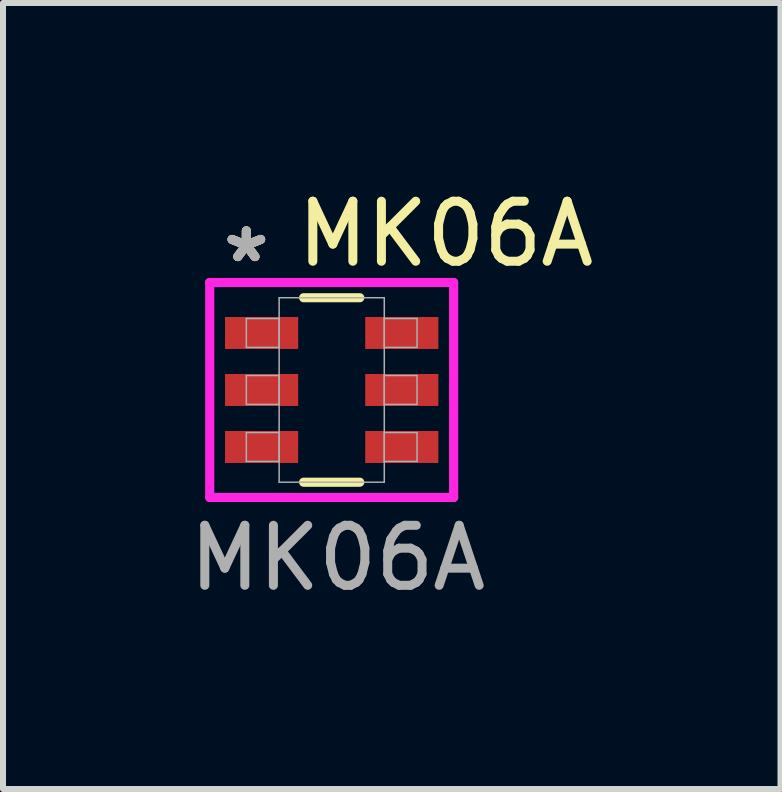
<source format=kicad_pcb>
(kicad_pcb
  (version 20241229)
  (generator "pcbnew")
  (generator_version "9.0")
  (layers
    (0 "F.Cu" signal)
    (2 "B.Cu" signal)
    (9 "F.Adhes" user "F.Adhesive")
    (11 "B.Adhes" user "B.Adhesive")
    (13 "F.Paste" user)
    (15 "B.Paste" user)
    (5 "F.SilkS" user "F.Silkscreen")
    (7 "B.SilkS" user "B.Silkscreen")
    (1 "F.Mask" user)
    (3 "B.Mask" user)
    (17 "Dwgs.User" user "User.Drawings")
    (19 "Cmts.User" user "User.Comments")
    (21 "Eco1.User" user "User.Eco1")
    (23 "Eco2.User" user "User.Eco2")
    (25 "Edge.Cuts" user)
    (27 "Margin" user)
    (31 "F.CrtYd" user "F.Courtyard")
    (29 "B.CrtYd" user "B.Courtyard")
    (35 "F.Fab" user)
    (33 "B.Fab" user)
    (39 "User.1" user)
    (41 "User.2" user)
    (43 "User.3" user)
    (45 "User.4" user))
  (footprint "MK06A"
    (layer "F.Cu")
    (at 2.477 3.448)
    (property "Reference" "MK06A" (at 1.9 -2.6 0) (unlocked yes) (layer "F.SilkS") (effects (font (size 1 1) (thickness 0.15))))
    (attr smd)
    (fp_line (start -0.468 1.537) (end 0.468 1.537) (stroke (width 0.152) (type solid)) (layer "F.SilkS"))
    (fp_line (start 0.468 -1.537) (end -0.468 -1.537) (stroke (width 0.152) (type solid)) (layer "F.SilkS"))
    (fp_line (start -2.032 -1.791) (end 2.032 -1.791) (stroke (width 0.152) (type solid)) (layer "F.CrtYd"))
    (fp_line (start -2.032 1.791) (end -2.032 -1.791) (stroke (width 0.152) (type solid)) (layer "F.CrtYd"))
    (fp_line (start 2.032 -1.791) (end 2.032 1.791) (stroke (width 0.152) (type solid)) (layer "F.CrtYd"))
    (fp_line (start 2.032 1.791) (end -2.032 1.791) (stroke (width 0.152) (type solid)) (layer "F.CrtYd"))
    (fp_line (start -1.422 -1.191) (end -1.422 -0.709) (stroke (width 0.025) (type solid)) (layer "F.Fab"))
    (fp_line (start -1.422 -0.709) (end -0.876 -0.709) (stroke (width 0.025) (type solid)) (layer "F.Fab"))
    (fp_line (start -1.422 -0.241) (end -1.422 0.241) (stroke (width 0.025) (type solid)) (layer "F.Fab"))
    (fp_line (start -1.422 0.241) (end -0.876 0.241) (stroke (width 0.025) (type solid)) (layer "F.Fab"))
    (fp_line (start -1.422 0.709) (end -1.422 1.191) (stroke (width 0.025) (type solid)) (layer "F.Fab"))
    (fp_line (start -1.422 1.191) (end -0.876 1.191) (stroke (width 0.025) (type solid)) (layer "F.Fab"))
    (fp_line (start -0.876 -1.537) (end -0.876 1.537) (stroke (width 0.025) (type solid)) (layer "F.Fab"))
    (fp_line (start -0.876 -1.191) (end -1.422 -1.191) (stroke (width 0.025) (type solid)) (layer "F.Fab"))
    (fp_line (start -0.876 -0.709) (end -0.876 -1.191) (stroke (width 0.025) (type solid)) (layer "F.Fab"))
    (fp_line (start -0.876 -0.241) (end -1.422 -0.241) (stroke (width 0.025) (type solid)) (layer "F.Fab"))
    (fp_line (start -0.876 0.241) (end -0.876 -0.241) (stroke (width 0.025) (type solid)) (layer "F.Fab"))
    (fp_line (start -0.876 0.709) (end -1.422 0.709) (stroke (width 0.025) (type solid)) (layer "F.Fab"))
    (fp_line (start -0.876 1.191) (end -0.876 0.709) (stroke (width 0.025) (type solid)) (layer "F.Fab"))
    (fp_line (start -0.876 1.537) (end 0.876 1.537) (stroke (width 0.025) (type solid)) (layer "F.Fab"))
    (fp_line (start 0.876 -1.537) (end -0.876 -1.537) (stroke (width 0.025) (type solid)) (layer "F.Fab"))
    (fp_line (start 0.876 -1.191) (end 0.876 -0.709) (stroke (width 0.025) (type solid)) (layer "F.Fab"))
    (fp_line (start 0.876 -0.709) (end 1.422 -0.709) (stroke (width 0.025) (type solid)) (layer "F.Fab"))
    (fp_line (start 0.876 -0.241) (end 0.876 0.241) (stroke (width 0.025) (type solid)) (layer "F.Fab"))
    (fp_line (start 0.876 0.241) (end 1.422 0.241) (stroke (width 0.025) (type solid)) (layer "F.Fab"))
    (fp_line (start 0.876 0.709) (end 0.876 1.191) (stroke (width 0.025) (type solid)) (layer "F.Fab"))
    (fp_line (start 0.876 1.191) (end 1.422 1.191) (stroke (width 0.025) (type solid)) (layer "F.Fab"))
    (fp_line (start 0.876 1.537) (end 0.876 -1.537) (stroke (width 0.025) (type solid)) (layer "F.Fab"))
    (fp_line (start 1.422 -1.191) (end 0.876 -1.191) (stroke (width 0.025) (type solid)) (layer "F.Fab"))
    (fp_line (start 1.422 -0.709) (end 1.422 -1.191) (stroke (width 0.025) (type solid)) (layer "F.Fab"))
    (fp_line (start 1.422 -0.241) (end 0.876 -0.241) (stroke (width 0.025) (type solid)) (layer "F.Fab"))
    (fp_line (start 1.422 0.241) (end 1.422 -0.241) (stroke (width 0.025) (type solid)) (layer "F.Fab"))
    (fp_line (start 1.422 0.709) (end 0.876 0.709) (stroke (width 0.025) (type solid)) (layer "F.Fab"))
    (fp_line (start 1.422 1.191) (end 1.422 0.709) (stroke (width 0.025) (type solid)) (layer "F.Fab"))
    (fp_text user "*" (at -1.422 -2.106 0) (layer "F.SilkS") (effects (font (size 1 1) (thickness 0.15))))
    (fp_text user "*" (at -1.422 -2.106 0) (unlocked yes) (layer "F.SilkS") (effects (font (size 1 1) (thickness 0.15))))
    (fp_text user "*" (at -1.422 -2.106 0) (unlocked yes) (layer "F.Fab") (effects (font (size 1 1) (thickness 0.15))))
    (fp_text user "*" (at -1.422 -2.106 0) (layer "F.Fab") (effects (font (size 1 1) (thickness 0.15))))
    (fp_text user "${REFERENCE}" (at 0.1 2.8 0) (unlocked yes) (layer "F.Fab") (effects (font (size 1 1) (thickness 0.15))))
    (pad "1" smd rect (at -1.168 -0.95) (size 1.219 0.533) (layers "F.Cu" "F.Mask" "F.Paste"))
    (pad "2" smd rect (at -1.168 0) (size 1.219 0.533) (layers "F.Cu" "F.Mask" "F.Paste"))
    (pad "3" smd rect (at -1.168 0.95) (size 1.219 0.533) (layers "F.Cu" "F.Mask" "F.Paste"))
    (pad "4" smd rect (at 1.168 0.95) (size 1.219 0.533) (layers "F.Cu" "F.Mask" "F.Paste"))
    (pad "5" smd rect (at 1.168 0) (size 1.219 0.533) (layers "F.Cu" "F.Mask" "F.Paste"))
    (pad "6" smd rect (at 1.168 -0.95) (size 1.219 0.533) (layers "F.Cu" "F.Mask" "F.Paste")))
  (gr_rect
    (start -3 -3)
    (end 9.955 10.097)
    (stroke (width 0.1) (type default))
    (fill no)
    (layer "Edge.Cuts")))
</source>
